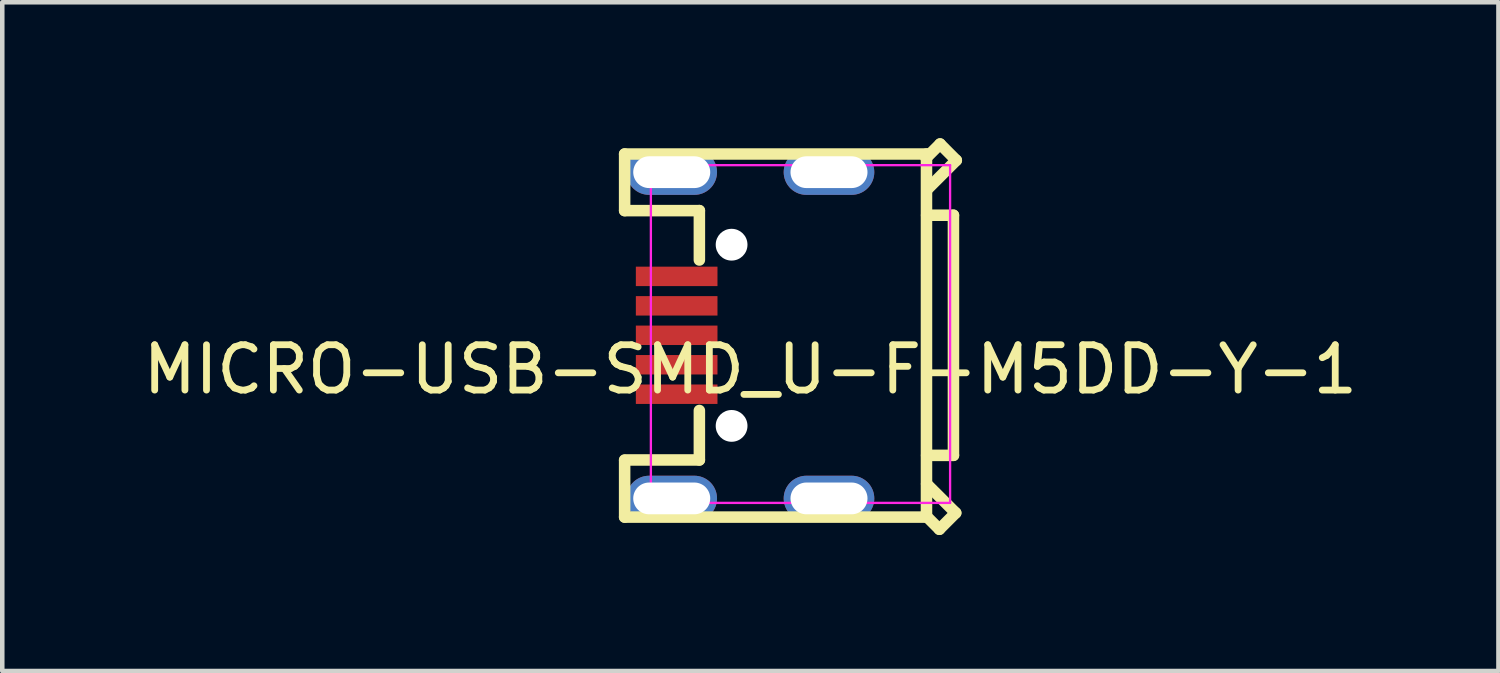
<source format=kicad_pcb>
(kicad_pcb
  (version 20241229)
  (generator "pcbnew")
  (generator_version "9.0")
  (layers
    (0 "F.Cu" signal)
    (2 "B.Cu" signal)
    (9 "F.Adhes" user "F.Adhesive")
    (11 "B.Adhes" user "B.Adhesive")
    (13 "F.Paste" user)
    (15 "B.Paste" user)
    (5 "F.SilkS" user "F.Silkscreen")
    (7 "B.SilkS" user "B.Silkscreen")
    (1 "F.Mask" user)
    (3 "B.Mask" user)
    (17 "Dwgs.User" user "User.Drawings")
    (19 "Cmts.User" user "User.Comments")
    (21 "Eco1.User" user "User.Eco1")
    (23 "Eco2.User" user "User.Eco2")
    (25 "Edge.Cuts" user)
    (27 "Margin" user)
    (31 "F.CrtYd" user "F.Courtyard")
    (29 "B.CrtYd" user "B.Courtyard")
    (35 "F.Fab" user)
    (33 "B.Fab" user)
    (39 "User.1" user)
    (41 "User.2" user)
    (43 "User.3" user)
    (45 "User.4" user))
  (footprint "MICRO-USB-SMD_U-F-M5DD-Y-1"
    (layer "F.Cu")
    (at 13.506 4.348)
    (property "Reference" "MICRO-USB-SMD_U-F-M5DD-Y-1" (at 0 0.754 0) (layer "F.SilkS") (effects (font (size 1 1) (thickness 0.15))))
    (attr through_hole)
    (fp_line (start -2.774 -4) (end -2.774 -2.751) (stroke (width 0.254) (type solid)) (layer "F.SilkS"))
    (fp_line (start -2.774 -4) (end 3.886 -4) (stroke (width 0.254) (type solid)) (layer "F.SilkS"))
    (fp_line (start -2.774 -2.751) (end -1.125 -2.751) (stroke (width 0.254) (type solid)) (layer "F.SilkS"))
    (fp_line (start -2.774 2.751) (end -1.125 2.751) (stroke (width 0.254) (type solid)) (layer "F.SilkS"))
    (fp_line (start -2.774 2.761) (end -2.774 4.011) (stroke (width 0.254) (type solid)) (layer "F.SilkS"))
    (fp_line (start -2.774 4.011) (end 3.886 4.011) (stroke (width 0.254) (type solid)) (layer "F.SilkS"))
    (fp_line (start -1.125 -1.661) (end -1.125 -2.751) (stroke (width 0.254) (type solid)) (layer "F.SilkS"))
    (fp_line (start -1.125 2.751) (end -1.125 1.659) (stroke (width 0.254) (type solid)) (layer "F.SilkS"))
    (fp_line (start 3.861 3.97) (end 4.171 4.28) (stroke (width 0.254) (type solid)) (layer "F.SilkS"))
    (fp_line (start 3.876 -3.912) (end 4.186 -4.221) (stroke (width 0.254) (type solid)) (layer "F.SilkS"))
    (fp_line (start 3.886 -4) (end 3.886 4) (stroke (width 0.254) (type solid)) (layer "F.SilkS"))
    (fp_line (start 3.889 2.649) (end 4.481 2.649) (stroke (width 0.254) (type solid)) (layer "F.SilkS"))
    (fp_line (start 4.171 4.28) (end 4.531 3.919) (stroke (width 0.254) (type solid)) (layer "F.SilkS"))
    (fp_line (start 4.186 -4.221) (end 4.544 -3.861) (stroke (width 0.254) (type solid)) (layer "F.SilkS"))
    (fp_line (start 4.481 -2.649) (end 3.889 -2.649) (stroke (width 0.254) (type solid)) (layer "F.SilkS"))
    (fp_line (start 4.481 2.649) (end 4.481 -2.649) (stroke (width 0.254) (type solid)) (layer "F.SilkS"))
    (fp_line (start 4.531 3.919) (end 3.889 3.279) (stroke (width 0.254) (type solid)) (layer "F.SilkS"))
    (fp_line (start 4.544 -3.861) (end 3.904 -3.221) (stroke (width 0.254) (type solid)) (layer "F.SilkS"))
    (fp_poly (pts (xy -1.897 -1.45) (xy -0.998 -1.45) (xy -0.998 -1.151) (xy -1.897 -1.151)) (stroke (width 0.005) (type solid)) (fill no) (layer "Eco2.User"))
    (fp_poly (pts (xy -1.897 -0.8) (xy -0.998 -0.8) (xy -0.998 -0.5) (xy -1.897 -0.5)) (stroke (width 0.005) (type solid)) (fill no) (layer "Eco2.User"))
    (fp_poly (pts (xy -1.897 -0.15) (xy -0.998 -0.15) (xy -0.998 0.15) (xy -1.897 0.15)) (stroke (width 0.005) (type solid)) (fill no) (layer "Eco2.User"))
    (fp_poly (pts (xy -1.897 0.5) (xy -0.998 0.5) (xy -0.998 0.8) (xy -1.897 0.8)) (stroke (width 0.005) (type solid)) (fill no) (layer "Eco2.User"))
    (fp_poly (pts (xy -1.897 1.151) (xy -0.998 1.151) (xy -0.998 1.45) (xy -1.897 1.45)) (stroke (width 0.005) (type solid)) (fill no) (layer "Eco2.User"))
    (fp_poly (pts (xy -1.336 -3.724) (xy -1.336 -3.475) (xy -2.134 -3.475) (xy -2.134 -3.724)) (stroke (width 0.005) (type solid)) (fill no) (layer "Eco2.User"))
    (fp_poly (pts (xy -1.336 3.429) (xy -1.336 3.678) (xy -2.134 3.678) (xy -2.134 3.429)) (stroke (width 0.005) (type solid)) (fill no) (layer "Eco2.User"))
    (fp_poly (pts (xy 2.189 -3.724) (xy 2.189 -3.475) (xy 1.28 -3.475) (xy 1.28 -3.724)) (stroke (width 0.005) (type solid)) (fill no) (layer "Eco2.User"))
    (fp_poly (pts (xy 2.189 3.429) (xy 2.189 3.678) (xy 1.28 3.678) (xy 1.28 3.429)) (stroke (width 0.005) (type solid)) (fill no) (layer "Eco2.User"))
    (fp_poly (pts (xy -2.136 3.701) (xy -2.137 3.689) (xy -2.141 3.678) (xy -2.146 3.667) (xy -2.154 3.658) (xy -2.163 3.65) (xy -2.174 3.644) (xy -2.185 3.641) (xy -2.197 3.64) (xy -2.209 3.641) (xy -2.22 3.644) (xy -2.231 3.65) (xy -2.24 3.658) (xy -2.248 3.667) (xy -2.253 3.678) (xy -2.257 3.689) (xy -2.258 3.701) (xy -2.257 3.713) (xy -2.253 3.724) (xy -2.248 3.735) (xy -2.24 3.744) (xy -2.231 3.752) (xy -2.22 3.757) (xy -2.209 3.761) (xy -2.197 3.762) (xy -2.185 3.761) (xy -2.174 3.757) (xy -2.163 3.752) (xy -2.154 3.744) (xy -2.146 3.735) (xy -2.141 3.724) (xy -2.137 3.713)) (stroke (width 0.005) (type solid)) (fill no) (layer "Eco2.User"))
    (fp_poly (pts (xy -0.213 -1.999) (xy -0.217 -2.038) (xy -0.229 -2.076) (xy -0.247 -2.111) (xy -0.272 -2.141) (xy -0.302 -2.166) (xy -0.337 -2.184) (xy -0.375 -2.196) (xy -0.414 -2.2) (xy -0.453 -2.196) (xy -0.491 -2.184) (xy -0.525 -2.166) (xy -0.556 -2.141) (xy -0.581 -2.111) (xy -0.599 -2.076) (xy -0.611 -2.038) (xy -0.615 -1.999) (xy -0.611 -1.96) (xy -0.599 -1.922) (xy -0.581 -1.887) (xy -0.556 -1.857) (xy -0.525 -1.832) (xy -0.491 -1.814) (xy -0.453 -1.802) (xy -0.414 -1.798) (xy -0.375 -1.802) (xy -0.337 -1.814) (xy -0.302 -1.832) (xy -0.272 -1.857) (xy -0.247 -1.887) (xy -0.229 -1.922) (xy -0.217 -1.96)) (stroke (width 0.005) (type solid)) (fill no) (layer "Eco2.User"))
    (fp_poly (pts (xy -0.213 1.999) (xy -0.217 1.96) (xy -0.229 1.922) (xy -0.247 1.887) (xy -0.272 1.857) (xy -0.302 1.832) (xy -0.337 1.814) (xy -0.375 1.802) (xy -0.414 1.798) (xy -0.453 1.802) (xy -0.491 1.814) (xy -0.525 1.832) (xy -0.556 1.857) (xy -0.581 1.887) (xy -0.599 1.922) (xy -0.611 1.96) (xy -0.615 1.999) (xy -0.611 2.038) (xy -0.599 2.076) (xy -0.581 2.111) (xy -0.556 2.141) (xy -0.525 2.166) (xy -0.491 2.184) (xy -0.453 2.196) (xy -0.414 2.2) (xy -0.375 2.196) (xy -0.337 2.184) (xy -0.302 2.166) (xy -0.272 2.141) (xy -0.247 2.111) (xy -0.229 2.076) (xy -0.217 2.038)) (stroke (width 0.005) (type solid)) (fill no) (layer "Eco2.User"))
    (fp_line (start -2.195 -3.754) (end 4.407 -3.754) (stroke (width 0.051) (type solid)) (layer "F.CrtYd"))
    (fp_line (start -2.195 3.698) (end -2.195 -3.754) (stroke (width 0.051) (type solid)) (layer "F.CrtYd"))
    (fp_line (start 4.407 -3.754) (end 4.407 3.698) (stroke (width 0.051) (type solid)) (layer "F.CrtYd"))
    (fp_line (start 4.407 3.698) (end -2.195 3.698) (stroke (width 0.051) (type solid)) (layer "F.CrtYd"))
    (pad "" np_thru_hole circle (at -0.414 -1.999) (size 0.701 0.701) (drill 0.701) (layers "*.Cu" "*.Mask"))
    (pad "" np_thru_hole circle (at -0.414 1.999) (size 0.701 0.701) (drill 0.701) (layers "*.Cu" "*.Mask"))
    (pad "1" smd rect (at -1.626 1.3) (size 1.801 0.429) (layers "F.Cu" "F.Mask" "F.Paste"))
    (pad "2" smd rect (at -1.626 0.65) (size 1.801 0.429) (layers "F.Cu" "F.Mask" "F.Paste"))
    (pad "3" smd rect (at -1.626 0) (size 1.801 0.429) (layers "F.Cu" "F.Mask" "F.Paste"))
    (pad "4" smd rect (at -1.626 -0.65) (size 1.801 0.429) (layers "F.Cu" "F.Mask" "F.Paste"))
    (pad "5" smd rect (at -1.626 -1.3) (size 1.801 0.429) (layers "F.Cu" "F.Mask" "F.Paste"))
    (pad "6" thru_hole oval (at -1.735 -3.599 90) (size 1.001 1.999) (drill oval 0.701 1.699) (layers "*.Cu" "*.Mask"))
    (pad "7" thru_hole oval (at 1.735 -3.599 90) (size 1.001 1.999) (drill oval 0.701 1.699) (layers "*.Cu" "*.Mask"))
    (pad "8" thru_hole oval (at -1.735 3.599 90) (size 1.001 1.999) (drill oval 0.701 1.699) (layers "*.Cu" "*.Mask"))
    (pad "9" thru_hole oval (at 1.735 3.599 90) (size 1.001 1.999) (drill oval 0.701 1.699) (layers "*.Cu" "*.Mask")))
  (gr_rect
    (start -3 -3)
    (end 30.012 11.755)
    (stroke (width 0.1) (type default))
    (fill no)
    (layer "Edge.Cuts")))
</source>
